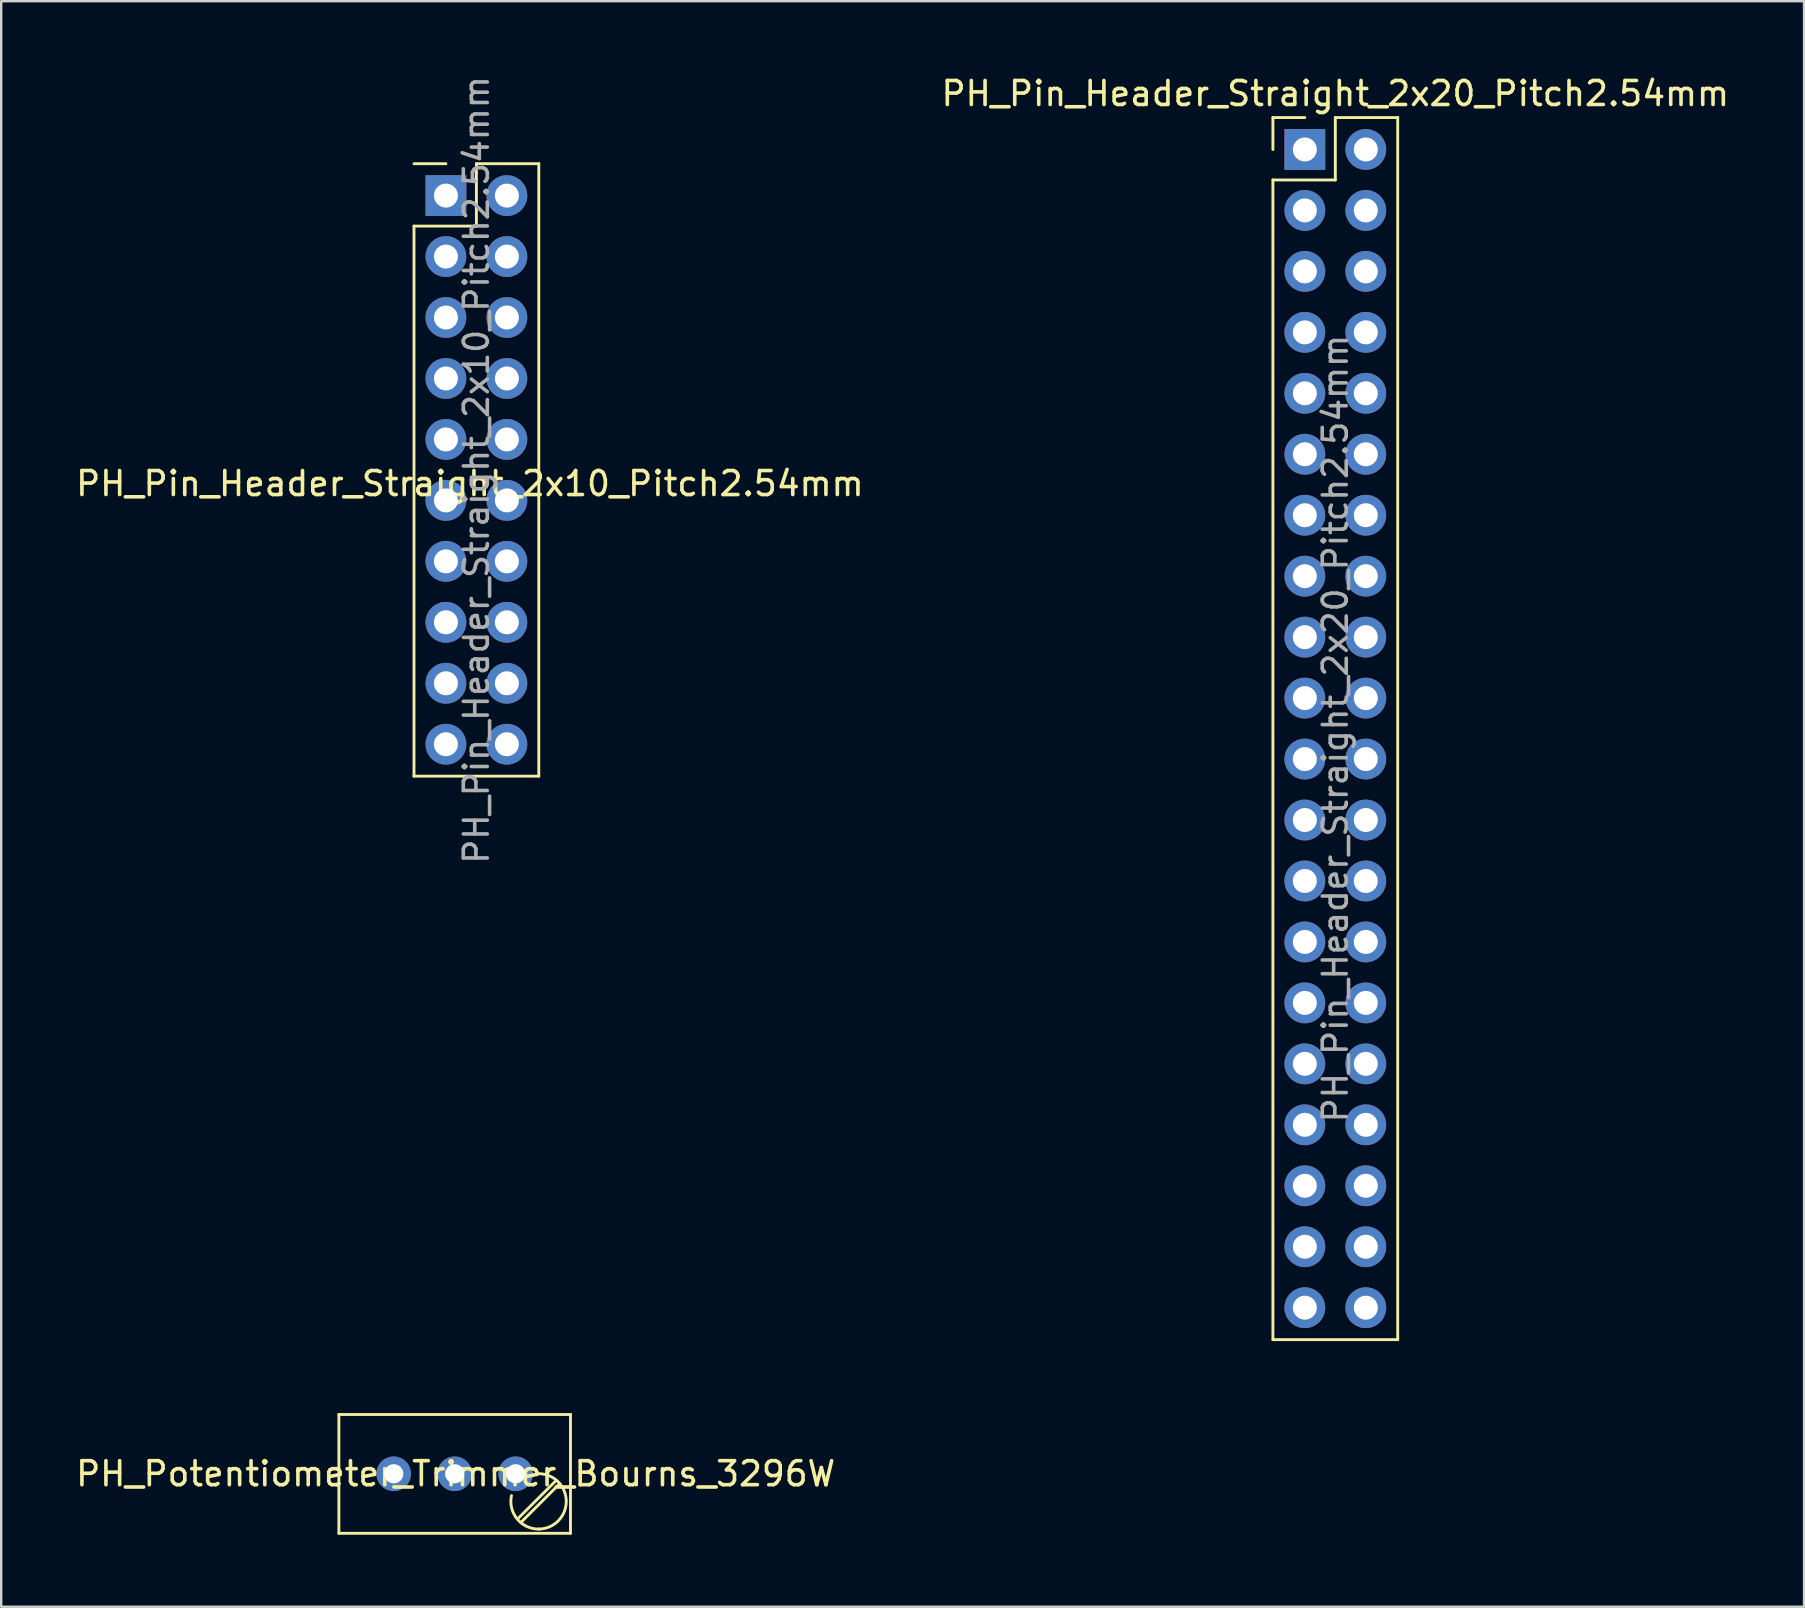
<source format=kicad_pcb>
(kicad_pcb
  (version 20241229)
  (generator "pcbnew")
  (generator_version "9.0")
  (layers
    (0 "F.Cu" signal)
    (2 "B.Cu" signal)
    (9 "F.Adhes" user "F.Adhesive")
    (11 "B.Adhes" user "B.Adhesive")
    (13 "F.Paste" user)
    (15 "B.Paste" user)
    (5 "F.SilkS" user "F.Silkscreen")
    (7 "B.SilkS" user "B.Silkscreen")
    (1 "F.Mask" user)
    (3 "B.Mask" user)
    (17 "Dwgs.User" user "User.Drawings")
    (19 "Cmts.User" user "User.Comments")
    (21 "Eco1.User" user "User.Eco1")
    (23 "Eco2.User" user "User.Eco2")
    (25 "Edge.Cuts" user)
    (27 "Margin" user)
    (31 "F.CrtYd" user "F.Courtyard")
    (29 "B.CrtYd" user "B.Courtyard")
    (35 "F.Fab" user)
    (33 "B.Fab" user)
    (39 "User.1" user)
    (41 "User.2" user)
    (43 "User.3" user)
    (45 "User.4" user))
  (footprint "PH_Pin_Header_Straight_2x20_Pitch2.54mm"
    (layer "F.Cu")
    (at 51.319 3.178)
    (property "Reference" "PH_Pin_Header_Straight_2x20_Pitch2.54mm" (at 1.27 -2.33 0) (layer "F.SilkS") (effects (font (size 1 1) (thickness 0.15))))
    (attr through_hole)
    (fp_line (start -1.33 -1.33) (end 0 -1.33) (stroke (width 0.12) (type solid)) (layer "F.SilkS"))
    (fp_line (start -1.33 0) (end -1.33 -1.33) (stroke (width 0.12) (type solid)) (layer "F.SilkS"))
    (fp_line (start -1.33 1.27) (end -1.33 49.59) (stroke (width 0.12) (type solid)) (layer "F.SilkS"))
    (fp_line (start -1.33 1.27) (end 1.27 1.27) (stroke (width 0.12) (type solid)) (layer "F.SilkS"))
    (fp_line (start -1.33 49.59) (end 3.87 49.59) (stroke (width 0.12) (type solid)) (layer "F.SilkS"))
    (fp_line (start 1.27 -1.33) (end 3.87 -1.33) (stroke (width 0.12) (type solid)) (layer "F.SilkS"))
    (fp_line (start 1.27 1.27) (end 1.27 -1.33) (stroke (width 0.12) (type solid)) (layer "F.SilkS"))
    (fp_line (start 3.87 -1.33) (end 3.87 49.59) (stroke (width 0.12) (type solid)) (layer "F.SilkS"))
    (fp_text user "${REFERENCE}" (at 1.27 24.13 90) (layer "F.Fab") (effects (font (size 1 1) (thickness 0.15))))
    (pad "1" thru_hole rect (at 0 0) (size 1.7 1.7) (drill 1) (layers "*.Cu" "*.Mask"))
    (pad "2" thru_hole oval (at 2.54 0) (size 1.7 1.7) (drill 1) (layers "*.Cu" "*.Mask"))
    (pad "3" thru_hole oval (at 0 2.54) (size 1.7 1.7) (drill 1) (layers "*.Cu" "*.Mask"))
    (pad "4" thru_hole oval (at 2.54 2.54) (size 1.7 1.7) (drill 1) (layers "*.Cu" "*.Mask"))
    (pad "5" thru_hole oval (at 0 5.08) (size 1.7 1.7) (drill 1) (layers "*.Cu" "*.Mask"))
    (pad "6" thru_hole oval (at 2.54 5.08) (size 1.7 1.7) (drill 1) (layers "*.Cu" "*.Mask"))
    (pad "7" thru_hole oval (at 0 7.62) (size 1.7 1.7) (drill 1) (layers "*.Cu" "*.Mask"))
    (pad "8" thru_hole oval (at 2.54 7.62) (size 1.7 1.7) (drill 1) (layers "*.Cu" "*.Mask"))
    (pad "9" thru_hole oval (at 0 10.16) (size 1.7 1.7) (drill 1) (layers "*.Cu" "*.Mask"))
    (pad "10" thru_hole oval (at 2.54 10.16) (size 1.7 1.7) (drill 1) (layers "*.Cu" "*.Mask"))
    (pad "11" thru_hole oval (at 0 12.7) (size 1.7 1.7) (drill 1) (layers "*.Cu" "*.Mask"))
    (pad "12" thru_hole oval (at 2.54 12.7) (size 1.7 1.7) (drill 1) (layers "*.Cu" "*.Mask"))
    (pad "13" thru_hole oval (at 0 15.24) (size 1.7 1.7) (drill 1) (layers "*.Cu" "*.Mask"))
    (pad "14" thru_hole oval (at 2.54 15.24) (size 1.7 1.7) (drill 1) (layers "*.Cu" "*.Mask"))
    (pad "15" thru_hole oval (at 0 17.78) (size 1.7 1.7) (drill 1) (layers "*.Cu" "*.Mask"))
    (pad "16" thru_hole oval (at 2.54 17.78) (size 1.7 1.7) (drill 1) (layers "*.Cu" "*.Mask"))
    (pad "17" thru_hole oval (at 0 20.32) (size 1.7 1.7) (drill 1) (layers "*.Cu" "*.Mask"))
    (pad "18" thru_hole oval (at 2.54 20.32) (size 1.7 1.7) (drill 1) (layers "*.Cu" "*.Mask"))
    (pad "19" thru_hole oval (at 0 22.86) (size 1.7 1.7) (drill 1) (layers "*.Cu" "*.Mask"))
    (pad "20" thru_hole oval (at 2.54 22.86) (size 1.7 1.7) (drill 1) (layers "*.Cu" "*.Mask"))
    (pad "21" thru_hole oval (at 0 25.4) (size 1.7 1.7) (drill 1) (layers "*.Cu" "*.Mask"))
    (pad "22" thru_hole oval (at 2.54 25.4) (size 1.7 1.7) (drill 1) (layers "*.Cu" "*.Mask"))
    (pad "23" thru_hole oval (at 0 27.94) (size 1.7 1.7) (drill 1) (layers "*.Cu" "*.Mask"))
    (pad "24" thru_hole oval (at 2.54 27.94) (size 1.7 1.7) (drill 1) (layers "*.Cu" "*.Mask"))
    (pad "25" thru_hole oval (at 0 30.48) (size 1.7 1.7) (drill 1) (layers "*.Cu" "*.Mask"))
    (pad "26" thru_hole oval (at 2.54 30.48) (size 1.7 1.7) (drill 1) (layers "*.Cu" "*.Mask"))
    (pad "27" thru_hole oval (at 0 33.02) (size 1.7 1.7) (drill 1) (layers "*.Cu" "*.Mask"))
    (pad "28" thru_hole oval (at 2.54 33.02) (size 1.7 1.7) (drill 1) (layers "*.Cu" "*.Mask"))
    (pad "29" thru_hole oval (at 0 35.56) (size 1.7 1.7) (drill 1) (layers "*.Cu" "*.Mask"))
    (pad "30" thru_hole oval (at 2.54 35.56) (size 1.7 1.7) (drill 1) (layers "*.Cu" "*.Mask"))
    (pad "31" thru_hole oval (at 0 38.1) (size 1.7 1.7) (drill 1) (layers "*.Cu" "*.Mask"))
    (pad "32" thru_hole oval (at 2.54 38.1) (size 1.7 1.7) (drill 1) (layers "*.Cu" "*.Mask"))
    (pad "33" thru_hole oval (at 0 40.64) (size 1.7 1.7) (drill 1) (layers "*.Cu" "*.Mask"))
    (pad "34" thru_hole oval (at 2.54 40.64) (size 1.7 1.7) (drill 1) (layers "*.Cu" "*.Mask"))
    (pad "35" thru_hole oval (at 0 43.18) (size 1.7 1.7) (drill 1) (layers "*.Cu" "*.Mask"))
    (pad "36" thru_hole oval (at 2.54 43.18) (size 1.7 1.7) (drill 1) (layers "*.Cu" "*.Mask"))
    (pad "37" thru_hole oval (at 0 45.72) (size 1.7 1.7) (drill 1) (layers "*.Cu" "*.Mask"))
    (pad "38" thru_hole oval (at 2.54 45.72) (size 1.7 1.7) (drill 1) (layers "*.Cu" "*.Mask"))
    (pad "39" thru_hole oval (at 0 48.26) (size 1.7 1.7) (drill 1) (layers "*.Cu" "*.Mask"))
    (pad "40" thru_hole oval (at 2.54 48.26) (size 1.7 1.7) (drill 1) (layers "*.Cu" "*.Mask")))
  (footprint "PH_Potentiometer_Trimmer_Bourns_3296W"
    (layer "F.Cu")
    (at 18.435 58.358)
    (property "Reference" "PH_Potentiometer_Trimmer_Bourns_3296W" (at -2.5 0 0) (layer "F.SilkS") (effects (font (size 1 1) (thickness 0.15))))
    (attr through_hole)
    (fp_line (start -7.365 -2.47) (end -7.365 2.481) (stroke (width 0.12) (type solid)) (layer "F.SilkS"))
    (fp_line (start -7.365 -2.47) (end 2.285 -2.47) (stroke (width 0.12) (type solid)) (layer "F.SilkS"))
    (fp_line (start -7.365 2.481) (end 2.285 2.481) (stroke (width 0.12) (type solid)) (layer "F.SilkS"))
    (fp_line (start 1.691 0.275) (end 0.079 1.885) (stroke (width 0.12) (type solid)) (layer "F.SilkS"))
    (fp_line (start 1.831 0.416) (end 0.22 2.026) (stroke (width 0.12) (type solid)) (layer "F.SilkS"))
    (fp_line (start 2.285 -2.47) (end 2.285 2.481) (stroke (width 0.12) (type solid)) (layer "F.SilkS"))
    (fp_arc (start 0.914691 -0.004296) (mid 2.109824 1.129842) (end 0.955 2.305) (stroke (width 0.12) (type solid)) (layer "F.SilkS"))
    (fp_arc (start 0.975121 2.304052) (mid 0.064355 1.884161) (end -0.174 0.91) (stroke (width 0.12) (type solid)) (layer "F.SilkS"))
    (pad "1" thru_hole circle (at 0 0) (size 1.44 1.44) (drill 0.8) (layers "*.Cu" "*.Mask"))
    (pad "2" thru_hole circle (at -2.54 0) (size 1.44 1.44) (drill 0.8) (layers "*.Cu" "*.Mask"))
    (pad "3" thru_hole circle (at -5.08 0) (size 1.44 1.44) (drill 0.8) (layers "*.Cu" "*.Mask")))
  (footprint "PH_Pin_Header_Straight_2x10_Pitch2.54mm"
    (layer "F.Cu")
    (at 15.53 5.1)
    (property "Reference" "PH_Pin_Header_Straight_2x10_Pitch2.54mm" (at 1 12 0) (layer "F.SilkS") (effects (font (size 1 1) (thickness 0.15))))
    (attr through_hole)
    (fp_line (start -1.33 -1.33) (end 0 -1.33) (stroke (width 0.12) (type solid)) (layer "F.SilkS"))
    (fp_line (start -1.33 1.27) (end -1.33 24.19) (stroke (width 0.12) (type solid)) (layer "F.SilkS"))
    (fp_line (start -1.33 1.27) (end 1.27 1.27) (stroke (width 0.12) (type solid)) (layer "F.SilkS"))
    (fp_line (start -1.33 24.19) (end 3.87 24.19) (stroke (width 0.12) (type solid)) (layer "F.SilkS"))
    (fp_line (start 1.27 -1.33) (end 3.87 -1.33) (stroke (width 0.12) (type solid)) (layer "F.SilkS"))
    (fp_line (start 1.27 1.27) (end 1.27 -1.33) (stroke (width 0.12) (type solid)) (layer "F.SilkS"))
    (fp_line (start 3.87 -1.33) (end 3.87 24.19) (stroke (width 0.12) (type solid)) (layer "F.SilkS"))
    (fp_text user "${REFERENCE}" (at 1.27 11.43 90) (layer "F.Fab") (effects (font (size 1 1) (thickness 0.15))))
    (pad "1" thru_hole rect (at 0 0) (size 1.7 1.7) (drill 1) (layers "*.Cu" "*.Mask"))
    (pad "2" thru_hole oval (at 2.54 0) (size 1.7 1.7) (drill 1) (layers "*.Cu" "*.Mask"))
    (pad "3" thru_hole oval (at 0 2.54) (size 1.7 1.7) (drill 1) (layers "*.Cu" "*.Mask"))
    (pad "4" thru_hole oval (at 2.54 2.54) (size 1.7 1.7) (drill 1) (layers "*.Cu" "*.Mask"))
    (pad "5" thru_hole oval (at 0 5.08) (size 1.7 1.7) (drill 1) (layers "*.Cu" "*.Mask"))
    (pad "6" thru_hole oval (at 2.54 5.08) (size 1.7 1.7) (drill 1) (layers "*.Cu" "*.Mask"))
    (pad "7" thru_hole oval (at 0 7.62) (size 1.7 1.7) (drill 1) (layers "*.Cu" "*.Mask"))
    (pad "8" thru_hole oval (at 2.54 7.62) (size 1.7 1.7) (drill 1) (layers "*.Cu" "*.Mask"))
    (pad "9" thru_hole oval (at 0 10.16) (size 1.7 1.7) (drill 1) (layers "*.Cu" "*.Mask"))
    (pad "10" thru_hole oval (at 2.54 10.16) (size 1.7 1.7) (drill 1) (layers "*.Cu" "*.Mask"))
    (pad "11" thru_hole oval (at 0 12.7) (size 1.7 1.7) (drill 1) (layers "*.Cu" "*.Mask"))
    (pad "12" thru_hole oval (at 2.54 12.7) (size 1.7 1.7) (drill 1) (layers "*.Cu" "*.Mask"))
    (pad "13" thru_hole oval (at 0 15.24) (size 1.7 1.7) (drill 1) (layers "*.Cu" "*.Mask"))
    (pad "14" thru_hole oval (at 2.54 15.24) (size 1.7 1.7) (drill 1) (layers "*.Cu" "*.Mask"))
    (pad "15" thru_hole oval (at 0 17.78) (size 1.7 1.7) (drill 1) (layers "*.Cu" "*.Mask"))
    (pad "16" thru_hole oval (at 2.54 17.78) (size 1.7 1.7) (drill 1) (layers "*.Cu" "*.Mask"))
    (pad "17" thru_hole oval (at 0 20.32) (size 1.7 1.7) (drill 1) (layers "*.Cu" "*.Mask"))
    (pad "18" thru_hole oval (at 2.54 20.32) (size 1.7 1.7) (drill 1) (layers "*.Cu" "*.Mask"))
    (pad "19" thru_hole oval (at 0 22.86) (size 1.7 1.7) (drill 1) (layers "*.Cu" "*.Mask"))
    (pad "20" thru_hole oval (at 2.54 22.86) (size 1.7 1.7) (drill 1) (layers "*.Cu" "*.Mask")))
  (gr_rect
    (start -3 -3)
    (end 72.119 63.899)
    (stroke (width 0.1) (type default))
    (fill no)
    (layer "Edge.Cuts")))
</source>
